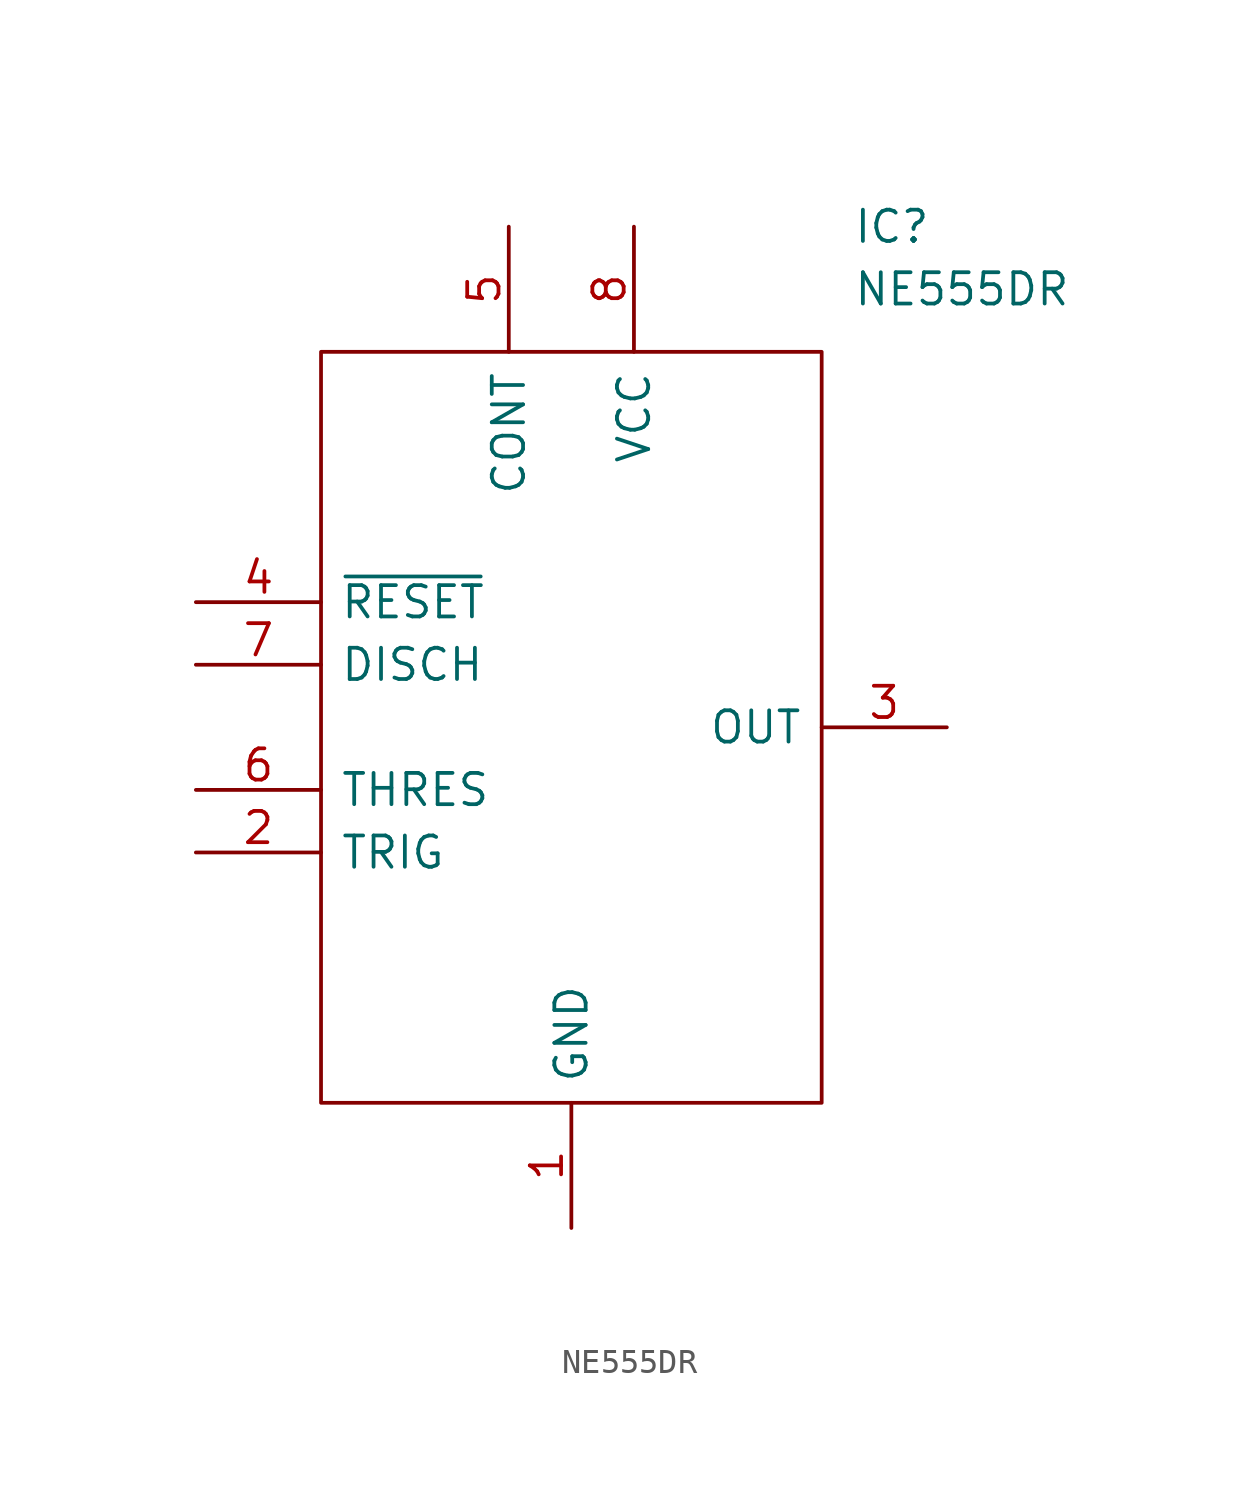
<source format=kicad_sym>
(kicad_symbol_lib
  (version 20220914)
  (generator kicad_symbol_editor)
  (symbol "NE555DR"
    (pin_names
      (offset 0.762))
    (property "Reference" "IC"
      (at 26.67 15.24 0)
      (effects (font (size 1.27 1.27)) (justify left)))
    (property "Value" "NE555DR"
      (at 26.67 12.7 0)
      (effects (font (size 1.27 1.27)) (justify left)))
    (symbol "NE555DR_0_0"
      (pin bidirectional line (at 15.24 -25.4 90) (length 5.08) (name "GND" (effects (font (size 1.27 1.27)))) (number "1" (effects (font (size 1.27 1.27)))))
      (pin bidirectional line (at 0 -10.16 0) (length 5.08) (name "TRIG" (effects (font (size 1.27 1.27)))) (number "2" (effects (font (size 1.27 1.27)))))
      (pin bidirectional line (at 30.48 -5.08 180) (length 5.08) (name "OUT" (effects (font (size 1.27 1.27)))) (number "3" (effects (font (size 1.27 1.27)))))
      (pin bidirectional line (at 0 0 0) (length 5.08) (name "~{RESET}" (effects (font (size 1.27 1.27)))) (number "4" (effects (font (size 1.27 1.27)))))
      (pin bidirectional line (at 12.7 15.24 270) (length 5.08) (name "CONT" (effects (font (size 1.27 1.27)))) (number "5" (effects (font (size 1.27 1.27)))))
      (pin bidirectional line (at 0 -7.62 0) (length 5.08) (name "THRES" (effects (font (size 1.27 1.27)))) (number "6" (effects (font (size 1.27 1.27)))))
      (pin bidirectional line (at 0 -2.54 0) (length 5.08) (name "DISCH" (effects (font (size 1.27 1.27)))) (number "7" (effects (font (size 1.27 1.27)))))
      (pin bidirectional line (at 17.78 15.24 270) (length 5.08) (name "VCC" (effects (font (size 1.27 1.27)))) (number "8" (effects (font (size 1.27 1.27))))))
    (symbol "NE555DR_0_1"
      (polyline (pts (xy 5.08 10.16) (xy 25.4 10.16) (xy 25.4 -20.32) (xy 5.08 -20.32) (xy 5.08 10.16)) (stroke (width 0.152) (type default)) (fill (type none))))))
</source>
